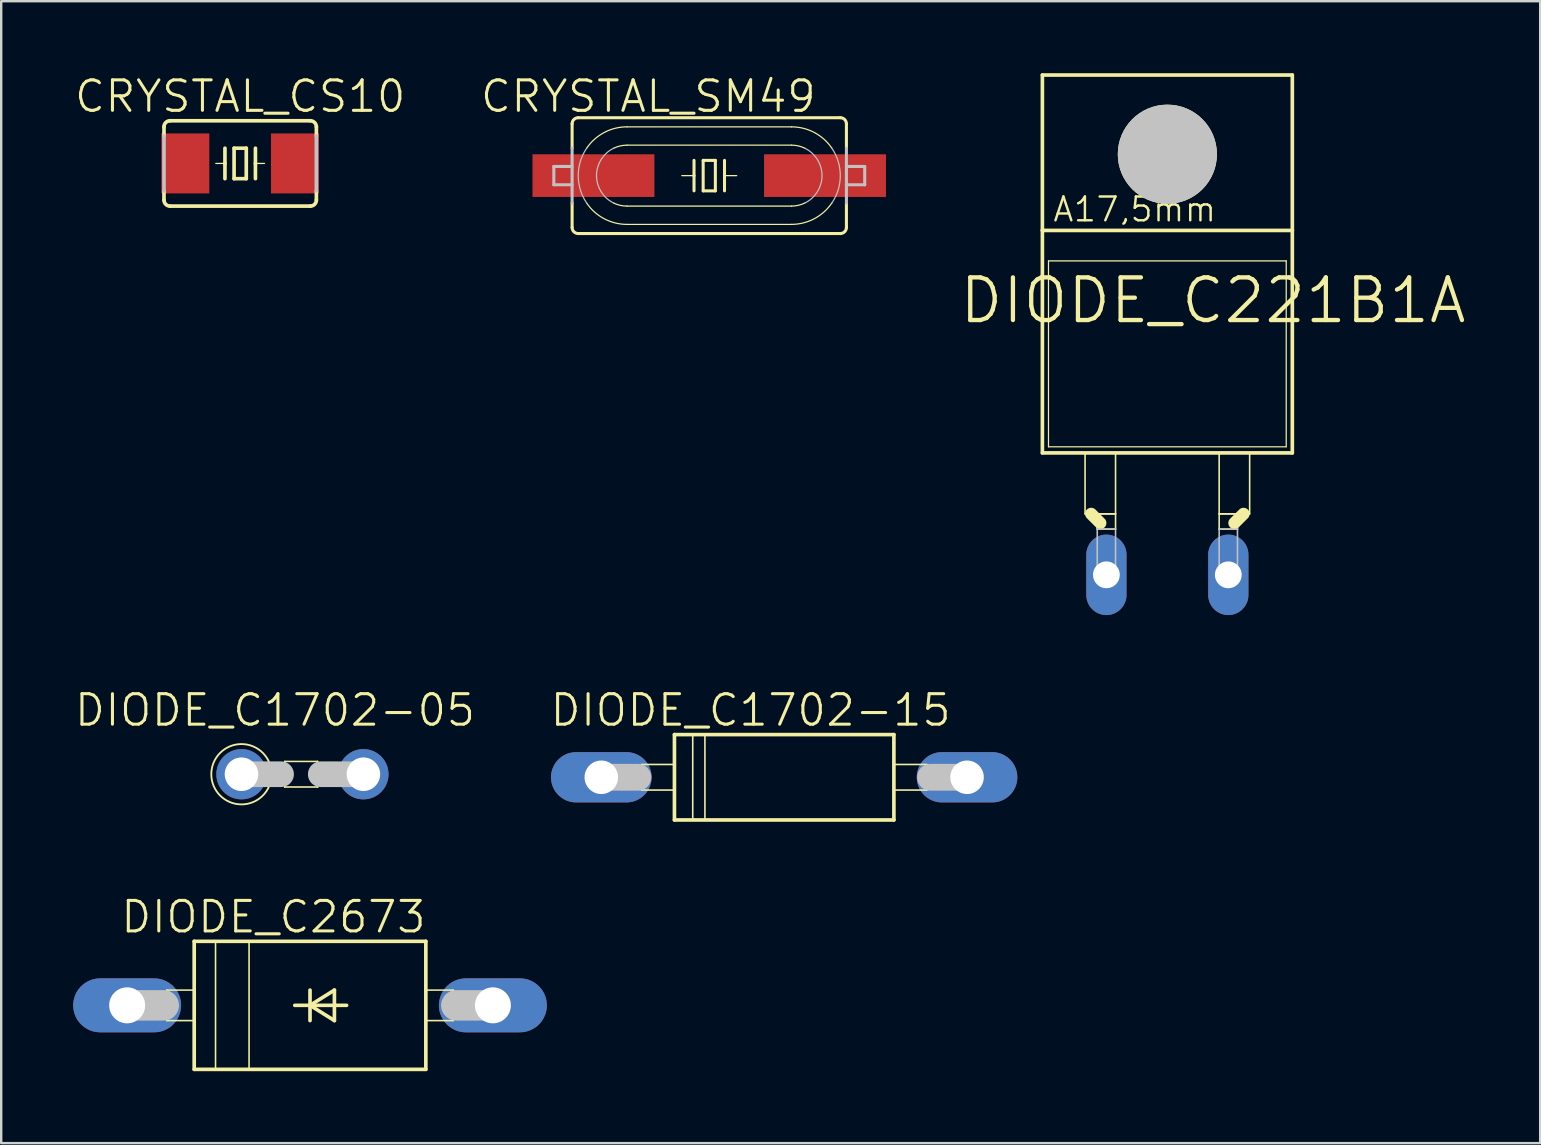
<source format=kicad_pcb>
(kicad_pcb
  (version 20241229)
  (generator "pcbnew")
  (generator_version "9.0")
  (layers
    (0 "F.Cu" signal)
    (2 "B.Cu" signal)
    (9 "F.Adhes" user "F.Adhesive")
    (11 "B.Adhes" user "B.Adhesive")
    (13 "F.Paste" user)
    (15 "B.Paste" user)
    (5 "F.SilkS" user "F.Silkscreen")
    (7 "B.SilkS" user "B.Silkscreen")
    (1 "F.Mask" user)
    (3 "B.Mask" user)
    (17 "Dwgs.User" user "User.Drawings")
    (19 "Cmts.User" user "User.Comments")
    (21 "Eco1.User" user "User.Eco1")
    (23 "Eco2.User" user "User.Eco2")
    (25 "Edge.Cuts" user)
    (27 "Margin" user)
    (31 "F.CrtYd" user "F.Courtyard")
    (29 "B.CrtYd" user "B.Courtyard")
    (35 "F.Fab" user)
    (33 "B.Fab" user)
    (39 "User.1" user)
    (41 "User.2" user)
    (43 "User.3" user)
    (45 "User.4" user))
  (footprint "DIODE_C2673"
    (layer "F.Cu")
    (at 9.868 38.841)
    (property "Reference" "DIODE_C2673" (at -1.524 -3.683 0) (layer "F.SilkS") (effects (font (size 1.27 1.27) (thickness 0.127))))
    (attr exclude_from_pos_files exclude_from_bom)
    (fp_line (start -5.969 -0.635) (end -4.826 -0.635) (stroke (width 0.066) (type solid)) (layer "F.SilkS"))
    (fp_line (start -5.969 0.635) (end -5.969 -0.635) (stroke (width 0.066) (type solid)) (layer "F.SilkS"))
    (fp_line (start -5.969 0.635) (end -4.826 0.635) (stroke (width 0.066) (type solid)) (layer "F.SilkS"))
    (fp_line (start -4.826 -2.667) (end -4.826 2.667) (stroke (width 0.152) (type solid)) (layer "F.SilkS"))
    (fp_line (start -4.826 -2.667) (end 4.826 -2.667) (stroke (width 0.152) (type solid)) (layer "F.SilkS"))
    (fp_line (start -4.826 0.635) (end -4.826 -0.635) (stroke (width 0.066) (type solid)) (layer "F.SilkS"))
    (fp_line (start -3.937 -2.667) (end -2.54 -2.667) (stroke (width 0.066) (type solid)) (layer "F.SilkS"))
    (fp_line (start -3.937 2.667) (end -3.937 -2.667) (stroke (width 0.066) (type solid)) (layer "F.SilkS"))
    (fp_line (start -3.937 2.667) (end -2.54 2.667) (stroke (width 0.066) (type solid)) (layer "F.SilkS"))
    (fp_line (start -2.54 2.667) (end -2.54 -2.667) (stroke (width 0.066) (type solid)) (layer "F.SilkS"))
    (fp_line (start -0.635 0) (end 0 0) (stroke (width 0.152) (type solid)) (layer "F.SilkS"))
    (fp_line (start 0 -0.635) (end 0 0) (stroke (width 0.152) (type solid)) (layer "F.SilkS"))
    (fp_line (start 0 0) (end 0 0.635) (stroke (width 0.152) (type solid)) (layer "F.SilkS"))
    (fp_line (start 0 0) (end 1.016 -0.635) (stroke (width 0.152) (type solid)) (layer "F.SilkS"))
    (fp_line (start 0 0) (end 1.524 0) (stroke (width 0.152) (type solid)) (layer "F.SilkS"))
    (fp_line (start 1.016 -0.635) (end 1.016 0.635) (stroke (width 0.152) (type solid)) (layer "F.SilkS"))
    (fp_line (start 1.016 0.635) (end 0 0) (stroke (width 0.152) (type solid)) (layer "F.SilkS"))
    (fp_line (start 4.826 -0.635) (end 5.969 -0.635) (stroke (width 0.066) (type solid)) (layer "F.SilkS"))
    (fp_line (start 4.826 0.635) (end 4.826 -0.635) (stroke (width 0.066) (type solid)) (layer "F.SilkS"))
    (fp_line (start 4.826 0.635) (end 5.969 0.635) (stroke (width 0.066) (type solid)) (layer "F.SilkS"))
    (fp_line (start 4.826 2.667) (end -4.826 2.667) (stroke (width 0.152) (type solid)) (layer "F.SilkS"))
    (fp_line (start 4.826 2.667) (end 4.826 -2.667) (stroke (width 0.152) (type solid)) (layer "F.SilkS"))
    (fp_line (start 5.969 0.635) (end 5.969 -0.635) (stroke (width 0.066) (type solid)) (layer "F.SilkS"))
    (fp_line (start -7.62 0) (end -6.096 0) (stroke (width 1.27) (type solid)) (layer "Dwgs.User"))
    (fp_line (start 7.62 0) (end 6.096 0) (stroke (width 1.27) (type solid)) (layer "Dwgs.User"))
    (pad "A" thru_hole oval (at 7.62 0 90) (size 2.248 4.496) (drill 1.499) (layers "*.Cu" "*.Paste" "*.Mask"))
    (pad "C" thru_hole oval (at -7.62 0 90) (size 2.248 4.496) (drill 1.499) (layers "*.Cu" "*.Paste" "*.Mask")))
  (footprint "DIODE_C1702-15"
    (layer "F.Cu")
    (at 29.625 29.338)
    (property "Reference" "DIODE_C1702-15" (at -1.397 -2.794 0) (layer "F.SilkS") (effects (font (size 1.27 1.27) (thickness 0.127))))
    (attr exclude_from_pos_files exclude_from_bom)
    (fp_line (start -5.944 -0.533) (end -4.572 -0.533) (stroke (width 0.066) (type solid)) (layer "F.SilkS"))
    (fp_line (start -5.944 0.533) (end -5.944 -0.533) (stroke (width 0.066) (type solid)) (layer "F.SilkS"))
    (fp_line (start -5.944 0.533) (end -4.572 0.533) (stroke (width 0.066) (type solid)) (layer "F.SilkS"))
    (fp_line (start -4.572 0.533) (end -4.572 -0.533) (stroke (width 0.066) (type solid)) (layer "F.SilkS"))
    (fp_line (start -4.572 1.778) (end -4.572 -1.778) (stroke (width 0.152) (type solid)) (layer "F.SilkS"))
    (fp_line (start -4.572 1.778) (end 4.572 1.778) (stroke (width 0.152) (type solid)) (layer "F.SilkS"))
    (fp_line (start -3.81 -1.778) (end -3.302 -1.778) (stroke (width 0.066) (type solid)) (layer "F.SilkS"))
    (fp_line (start -3.81 1.778) (end -3.81 -1.778) (stroke (width 0.066) (type solid)) (layer "F.SilkS"))
    (fp_line (start -3.81 1.778) (end -3.302 1.778) (stroke (width 0.066) (type solid)) (layer "F.SilkS"))
    (fp_line (start -3.302 1.778) (end -3.302 -1.778) (stroke (width 0.066) (type solid)) (layer "F.SilkS"))
    (fp_line (start 4.572 -1.778) (end -4.572 -1.778) (stroke (width 0.152) (type solid)) (layer "F.SilkS"))
    (fp_line (start 4.572 -1.778) (end 4.572 1.778) (stroke (width 0.152) (type solid)) (layer "F.SilkS"))
    (fp_line (start 4.572 -0.533) (end 5.944 -0.533) (stroke (width 0.066) (type solid)) (layer "F.SilkS"))
    (fp_line (start 4.572 0.533) (end 4.572 -0.533) (stroke (width 0.066) (type solid)) (layer "F.SilkS"))
    (fp_line (start 4.572 0.533) (end 5.944 0.533) (stroke (width 0.066) (type solid)) (layer "F.SilkS"))
    (fp_line (start 5.944 0.533) (end 5.944 -0.533) (stroke (width 0.066) (type solid)) (layer "F.SilkS"))
    (fp_line (start -7.62 0) (end -6.096 0) (stroke (width 1.118) (type solid)) (layer "Dwgs.User"))
    (fp_line (start 7.62 0) (end 6.096 0) (stroke (width 1.118) (type solid)) (layer "Dwgs.User"))
    (pad "A" thru_hole oval (at 7.62 0 90) (size 2.095 4.191) (drill 1.397) (layers "*.Cu" "*.Paste" "*.Mask"))
    (pad "C" thru_hole oval (at -7.62 0 90) (size 2.095 4.191) (drill 1.397) (layers "*.Cu" "*.Paste" "*.Mask")))
  (footprint "DIODE_C221B1A"
    (layer "F.Cu")
    (at 45.592 14.552)
    (property "Reference" "DIODE_C221B1A" (at 1.905 -5.08 0) (layer "F.SilkS") (effects (font (size 1.778 1.778) (thickness 0.178))))
    (attr exclude_from_pos_files exclude_from_bom)
    (fp_line (start -5.207 -8.001) (end -5.207 -14.475) (stroke (width 0.152) (type solid)) (layer "F.SilkS"))
    (fp_line (start -5.207 1.27) (end -5.207 -8.001) (stroke (width 0.152) (type solid)) (layer "F.SilkS"))
    (fp_line (start -5.207 1.27) (end 5.207 1.27) (stroke (width 0.152) (type solid)) (layer "F.SilkS"))
    (fp_line (start -4.953 -6.731) (end -4.953 1.016) (stroke (width 0.051) (type solid)) (layer "F.SilkS"))
    (fp_line (start -3.429 1.27) (end -2.159 1.27) (stroke (width 0.066) (type solid)) (layer "F.SilkS"))
    (fp_line (start -3.429 3.81) (end -3.429 1.27) (stroke (width 0.066) (type solid)) (layer "F.SilkS"))
    (fp_line (start -3.429 3.81) (end -2.159 3.81) (stroke (width 0.066) (type solid)) (layer "F.SilkS"))
    (fp_line (start -2.921 3.81) (end -2.159 3.81) (stroke (width 0.066) (type solid)) (layer "F.SilkS"))
    (fp_line (start -2.921 4.445) (end -2.921 3.81) (stroke (width 0.066) (type solid)) (layer "F.SilkS"))
    (fp_line (start -2.921 4.445) (end -2.159 4.445) (stroke (width 0.066) (type solid)) (layer "F.SilkS"))
    (fp_line (start -2.794 4.191) (end -3.175 3.81) (stroke (width 0.508) (type solid)) (layer "F.SilkS"))
    (fp_line (start -2.159 3.81) (end -2.159 1.27) (stroke (width 0.066) (type solid)) (layer "F.SilkS"))
    (fp_line (start -2.159 4.445) (end -2.159 3.81) (stroke (width 0.066) (type solid)) (layer "F.SilkS"))
    (fp_line (start -1.651 -11.176) (end 1.651 -11.176) (stroke (width 0.127) (type solid)) (layer "F.SilkS"))
    (fp_line (start 0 -9.525) (end 0 -12.827) (stroke (width 0.127) (type solid)) (layer "F.SilkS"))
    (fp_line (start 2.159 1.27) (end 3.429 1.27) (stroke (width 0.066) (type solid)) (layer "F.SilkS"))
    (fp_line (start 2.159 3.81) (end 2.159 1.27) (stroke (width 0.066) (type solid)) (layer "F.SilkS"))
    (fp_line (start 2.159 3.81) (end 2.921 3.81) (stroke (width 0.066) (type solid)) (layer "F.SilkS"))
    (fp_line (start 2.159 3.81) (end 3.429 3.81) (stroke (width 0.066) (type solid)) (layer "F.SilkS"))
    (fp_line (start 2.159 4.445) (end 2.159 3.81) (stroke (width 0.066) (type solid)) (layer "F.SilkS"))
    (fp_line (start 2.159 4.445) (end 2.921 4.445) (stroke (width 0.066) (type solid)) (layer "F.SilkS"))
    (fp_line (start 2.921 4.445) (end 2.921 3.81) (stroke (width 0.066) (type solid)) (layer "F.SilkS"))
    (fp_line (start 3.175 3.81) (end 2.794 4.191) (stroke (width 0.508) (type solid)) (layer "F.SilkS"))
    (fp_line (start 3.429 3.81) (end 3.429 1.27) (stroke (width 0.066) (type solid)) (layer "F.SilkS"))
    (fp_line (start 4.953 -6.731) (end -4.953 -6.731) (stroke (width 0.051) (type solid)) (layer "F.SilkS"))
    (fp_line (start 4.953 -6.731) (end 4.953 1.016) (stroke (width 0.051) (type solid)) (layer "F.SilkS"))
    (fp_line (start 4.953 1.016) (end -4.953 1.016) (stroke (width 0.051) (type solid)) (layer "F.SilkS"))
    (fp_line (start 5.207 -14.475) (end -5.207 -14.475) (stroke (width 0.152) (type solid)) (layer "F.SilkS"))
    (fp_line (start 5.207 -8.001) (end -5.207 -8.001) (stroke (width 0.152) (type solid)) (layer "F.SilkS"))
    (fp_line (start 5.207 -8.001) (end 5.207 -14.475) (stroke (width 0.152) (type solid)) (layer "F.SilkS"))
    (fp_line (start 5.207 1.27) (end 5.207 -8.001) (stroke (width 0.152) (type solid)) (layer "F.SilkS"))
    (fp_circle (center 0 -11.176) (end -1.46 -12.636) (stroke (width 0) (type solid)) (fill yes) (layer "F.SilkS"))
    (fp_circle (center 0 -11.176) (end -0.899 -12.075) (stroke (width 0.076) (type solid)) (fill no) (layer "F.SilkS"))
    (fp_circle (center 0 -11.176) (end -0.826 -12.002) (stroke (width 0.127) (type solid)) (fill no) (layer "F.SilkS"))
    (fp_line (start -2.921 4.445) (end -2.159 4.445) (stroke (width 0.066) (type solid)) (layer "Dwgs.User"))
    (fp_line (start -2.921 6.35) (end -2.921 4.445) (stroke (width 0.066) (type solid)) (layer "Dwgs.User"))
    (fp_line (start -2.921 6.35) (end -2.159 6.35) (stroke (width 0.066) (type solid)) (layer "Dwgs.User"))
    (fp_line (start -2.159 6.35) (end -2.159 4.445) (stroke (width 0.066) (type solid)) (layer "Dwgs.User"))
    (fp_line (start 2.159 4.445) (end 2.921 4.445) (stroke (width 0.066) (type solid)) (layer "Dwgs.User"))
    (fp_line (start 2.159 6.35) (end 2.159 4.445) (stroke (width 0.066) (type solid)) (layer "Dwgs.User"))
    (fp_line (start 2.159 6.35) (end 2.921 6.35) (stroke (width 0.066) (type solid)) (layer "Dwgs.User"))
    (fp_line (start 2.921 6.35) (end 2.921 4.445) (stroke (width 0.066) (type solid)) (layer "Dwgs.User"))
    (fp_circle (center 0 -11.176) (end -1.46 -12.636) (stroke (width 0) (type solid)) (fill yes) (layer "Dwgs.User"))
    (fp_text user "A17,5mm" (at -1.359 -8.877 0) (layer "F.SilkS") (effects (font (size 0.991 0.991) (thickness 0.102))))
    (pad "A" thru_hole oval (at 2.54 6.35 180) (size 1.676 3.353) (drill 1.118) (layers "*.Cu" "*.Paste" "*.Mask"))
    (pad "C" thru_hole oval (at -2.54 6.35 180) (size 1.676 3.353) (drill 1.118) (layers "*.Cu" "*.Paste" "*.Mask")))
  (footprint "CRYSTAL_SM49"
    (layer "F.Cu")
    (at 26.504 4.268)
    (property "Reference" "CRYSTAL_SM49" (at -2.54 -3.302 0) (layer "F.SilkS") (effects (font (size 1.27 1.27) (thickness 0.127))))
    (attr smd)
    (fp_line (start -5.715 -2.159) (end -5.715 -1.143) (stroke (width 0.127) (type solid)) (layer "F.SilkS"))
    (fp_line (start -5.715 1.143) (end -5.715 2.159) (stroke (width 0.127) (type solid)) (layer "F.SilkS"))
    (fp_line (start -5.461 -2.413) (end 5.461 -2.413) (stroke (width 0.127) (type solid)) (layer "F.SilkS"))
    (fp_line (start -5.461 2.413) (end 5.461 2.413) (stroke (width 0.127) (type solid)) (layer "F.SilkS"))
    (fp_line (start -3.429 -2.032) (end 3.429 -2.032) (stroke (width 0.051) (type solid)) (layer "F.SilkS"))
    (fp_line (start -3.429 -1.27) (end 3.429 -1.27) (stroke (width 0.051) (type solid)) (layer "F.SilkS"))
    (fp_line (start -0.635 -0.635) (end -0.635 0) (stroke (width 0.127) (type solid)) (layer "F.SilkS"))
    (fp_line (start -0.635 0) (end -1.143 0) (stroke (width 0.051) (type solid)) (layer "F.SilkS"))
    (fp_line (start -0.635 0) (end -0.635 0.635) (stroke (width 0.127) (type solid)) (layer "F.SilkS"))
    (fp_line (start -0.254 -0.635) (end -0.254 0.635) (stroke (width 0.127) (type solid)) (layer "F.SilkS"))
    (fp_line (start -0.254 0.635) (end 0.254 0.635) (stroke (width 0.127) (type solid)) (layer "F.SilkS"))
    (fp_line (start 0.254 -0.635) (end -0.254 -0.635) (stroke (width 0.127) (type solid)) (layer "F.SilkS"))
    (fp_line (start 0.254 0.635) (end 0.254 -0.635) (stroke (width 0.127) (type solid)) (layer "F.SilkS"))
    (fp_line (start 0.635 -0.635) (end 0.635 0) (stroke (width 0.127) (type solid)) (layer "F.SilkS"))
    (fp_line (start 0.635 0) (end 0.635 0.635) (stroke (width 0.127) (type solid)) (layer "F.SilkS"))
    (fp_line (start 0.635 0) (end 1.143 0) (stroke (width 0.051) (type solid)) (layer "F.SilkS"))
    (fp_line (start 3.429 1.27) (end -3.429 1.27) (stroke (width 0.051) (type solid)) (layer "F.SilkS"))
    (fp_line (start 3.429 2.032) (end -3.429 2.032) (stroke (width 0.051) (type solid)) (layer "F.SilkS"))
    (fp_line (start 5.715 -2.159) (end 5.715 -1.143) (stroke (width 0.127) (type solid)) (layer "F.SilkS"))
    (fp_line (start 5.715 1.143) (end 5.715 2.159) (stroke (width 0.127) (type solid)) (layer "F.SilkS"))
    (fp_arc (start -5.715 -2.159) (mid -5.640605 -2.338605) (end -5.461 -2.413) (stroke (width 0.127) (type solid)) (layer "F.SilkS"))
    (fp_arc (start -5.461 2.413) (mid -5.640605 2.338605) (end -5.715 2.159) (stroke (width 0.127) (type solid)) (layer "F.SilkS"))
    (fp_arc (start -5.10794 -1.143) (mid -4.379218 -1.796128) (end -3.429787 -2.033178) (stroke (width 0.0508) (type solid)) (layer "F.SilkS"))
    (fp_arc (start -3.98018 -1.143) (mid -3.711094 -1.237203) (end -3.427769 -1.268955) (stroke (width 0.0508) (type solid)) (layer "F.SilkS"))
    (fp_arc (start -3.429 1.27) (mid -3.712527 1.237947) (end -3.981743 1.143405) (stroke (width 0.0508) (type solid)) (layer "F.SilkS"))
    (fp_arc (start -3.429 2.032) (mid -4.378266 1.796641) (end -5.107632 1.145085) (stroke (width 0.0508) (type solid)) (layer "F.SilkS"))
    (fp_arc (start 3.429 -2.032) (mid 4.378266 -1.796641) (end 5.107632 -1.145085) (stroke (width 0.0508) (type solid)) (layer "F.SilkS"))
    (fp_arc (start 3.429 -1.27) (mid 3.712527 -1.237947) (end 3.981743 -1.143405) (stroke (width 0.0508) (type solid)) (layer "F.SilkS"))
    (fp_arc (start 3.98018 1.143) (mid 3.711094 1.237203) (end 3.427769 1.268955) (stroke (width 0.0508) (type solid)) (layer "F.SilkS"))
    (fp_arc (start 5.10794 1.14046) (mid 4.380405 1.793882) (end 3.431886 2.031747) (stroke (width 0.0508) (type solid)) (layer "F.SilkS"))
    (fp_arc (start 5.461 -2.413) (mid 5.640605 -2.338605) (end 5.715 -2.159) (stroke (width 0.127) (type solid)) (layer "F.SilkS"))
    (fp_arc (start 5.715 2.159) (mid 5.640605 2.338605) (end 5.461 2.413) (stroke (width 0.127) (type solid)) (layer "F.SilkS"))
    (fp_line (start -6.477 -0.381) (end -6.477 0.381) (stroke (width 0.127) (type solid)) (layer "Dwgs.User"))
    (fp_line (start -5.715 -1.143) (end -5.715 1.143) (stroke (width 0.127) (type solid)) (layer "Dwgs.User"))
    (fp_line (start -5.715 -0.381) (end -6.477 -0.381) (stroke (width 0.127) (type solid)) (layer "Dwgs.User"))
    (fp_line (start -5.715 0.381) (end -6.477 0.381) (stroke (width 0.127) (type solid)) (layer "Dwgs.User"))
    (fp_line (start 5.715 -1.143) (end 5.715 -0.381) (stroke (width 0.127) (type solid)) (layer "Dwgs.User"))
    (fp_line (start 5.715 -0.381) (end 5.715 0.381) (stroke (width 0.127) (type solid)) (layer "Dwgs.User"))
    (fp_line (start 5.715 -0.381) (end 6.477 -0.381) (stroke (width 0.127) (type solid)) (layer "Dwgs.User"))
    (fp_line (start 5.715 0.381) (end 5.715 1.143) (stroke (width 0.127) (type solid)) (layer "Dwgs.User"))
    (fp_line (start 5.715 0.381) (end 6.477 0.381) (stroke (width 0.127) (type solid)) (layer "Dwgs.User"))
    (fp_line (start 6.477 -0.381) (end 6.477 0.381) (stroke (width 0.127) (type solid)) (layer "Dwgs.User"))
    (fp_arc (start -5.10794 1.143) (mid -5.46008 0.001649) (end -5.109794 -1.140273) (stroke (width 0.0508) (type solid)) (layer "Dwgs.User"))
    (fp_arc (start -3.98018 1.143) (mid -4.697953 0.002339) (end -3.98439 -1.14096) (stroke (width 0.0508) (type solid)) (layer "Dwgs.User"))
    (fp_arc (start 3.98018 -1.143) (mid 4.697953 -0.002339) (end 3.98439 1.14096) (stroke (width 0.0508) (type solid)) (layer "Dwgs.User"))
    (fp_arc (start 5.10794 -1.143) (mid 5.46008 -0.001649) (end 5.109794 1.140273) (stroke (width 0.0508) (type solid)) (layer "Dwgs.User"))
    (pad "1" smd rect (at -4.826 0) (size 5.08 1.778) (layers "F.Cu" "F.Mask" "F.Paste"))
    (pad "2" smd rect (at 4.823 0) (size 5.08 1.778) (layers "F.Cu" "F.Mask" "F.Paste")))
  (footprint "DIODE_C1702-05"
    (layer "F.Cu")
    (at 9.552 29.211)
    (property "Reference" "DIODE_C1702-05" (at -1.143 -2.667 0) (layer "F.SilkS") (effects (font (size 1.27 1.27) (thickness 0.127))))
    (attr exclude_from_pos_files exclude_from_bom)
    (fp_line (start -0.737 -0.533) (end 0.635 -0.533) (stroke (width 0.066) (type solid)) (layer "F.SilkS"))
    (fp_line (start -0.737 0.533) (end -0.737 -0.533) (stroke (width 0.066) (type solid)) (layer "F.SilkS"))
    (fp_line (start -0.737 0.533) (end 0.635 0.533) (stroke (width 0.066) (type solid)) (layer "F.SilkS"))
    (fp_line (start 0.635 0.533) (end 0.635 -0.533) (stroke (width 0.066) (type solid)) (layer "F.SilkS"))
    (fp_circle (center -2.54 0) (end -3.429 0.889) (stroke (width 0.076) (type solid)) (fill no) (layer "F.SilkS"))
    (fp_line (start -2.54 0) (end -0.889 0) (stroke (width 1.067) (type solid)) (layer "Dwgs.User"))
    (fp_line (start 2.54 0) (end 0.762 0) (stroke (width 1.067) (type solid)) (layer "Dwgs.User"))
    (pad "A" thru_hole circle (at 2.54 0) (size 2.095 2.095) (drill 1.397) (layers "*.Cu" "*.Paste" "*.Mask"))
    (pad "C" thru_hole circle (at -2.54 0) (size 2.095 2.095) (drill 1.397) (layers "*.Cu" "*.Paste" "*.Mask")))
  (footprint "CRYSTAL_CS10"
    (layer "F.Cu")
    (at 6.958 3.76)
    (property "Reference" "CRYSTAL_CS10" (at 0 -2.794 0) (layer "F.SilkS") (effects (font (size 1.27 1.27) (thickness 0.127))))
    (attr smd)
    (fp_line (start -3.175 -1.143) (end -3.175 -1.524) (stroke (width 0.152) (type solid)) (layer "F.SilkS"))
    (fp_line (start -3.175 1.524) (end -3.175 1.143) (stroke (width 0.152) (type solid)) (layer "F.SilkS"))
    (fp_line (start -0.635 -0.635) (end -0.635 0) (stroke (width 0.152) (type solid)) (layer "F.SilkS"))
    (fp_line (start -0.635 0) (end -1.016 0) (stroke (width 0.051) (type solid)) (layer "F.SilkS"))
    (fp_line (start -0.635 0) (end -0.635 0.635) (stroke (width 0.152) (type solid)) (layer "F.SilkS"))
    (fp_line (start -0.254 -0.635) (end -0.254 0.635) (stroke (width 0.152) (type solid)) (layer "F.SilkS"))
    (fp_line (start -0.254 0.635) (end 0.254 0.635) (stroke (width 0.152) (type solid)) (layer "F.SilkS"))
    (fp_line (start 0.254 -0.635) (end -0.254 -0.635) (stroke (width 0.152) (type solid)) (layer "F.SilkS"))
    (fp_line (start 0.254 0.635) (end 0.254 -0.635) (stroke (width 0.152) (type solid)) (layer "F.SilkS"))
    (fp_line (start 0.635 -0.635) (end 0.635 0) (stroke (width 0.152) (type solid)) (layer "F.SilkS"))
    (fp_line (start 0.635 0) (end 0.635 0.635) (stroke (width 0.152) (type solid)) (layer "F.SilkS"))
    (fp_line (start 0.635 0) (end 1.016 0) (stroke (width 0.051) (type solid)) (layer "F.SilkS"))
    (fp_line (start 2.921 -1.778) (end -2.921 -1.778) (stroke (width 0.152) (type solid)) (layer "F.SilkS"))
    (fp_line (start 2.921 1.778) (end -2.921 1.778) (stroke (width 0.152) (type solid)) (layer "F.SilkS"))
    (fp_line (start 3.175 -1.143) (end 3.175 -1.524) (stroke (width 0.152) (type solid)) (layer "F.SilkS"))
    (fp_line (start 3.175 1.524) (end 3.175 1.143) (stroke (width 0.152) (type solid)) (layer "F.SilkS"))
    (fp_arc (start -3.175 -1.524) (mid -3.100605 -1.703605) (end -2.921 -1.778) (stroke (width 0.1524) (type solid)) (layer "F.SilkS"))
    (fp_arc (start -2.921 1.778) (mid -3.100605 1.703605) (end -3.175 1.524) (stroke (width 0.1524) (type solid)) (layer "F.SilkS"))
    (fp_arc (start 2.921 -1.778) (mid 3.100605 -1.703605) (end 3.175 -1.524) (stroke (width 0.1524) (type solid)) (layer "F.SilkS"))
    (fp_arc (start 3.175 1.524) (mid 3.100605 1.703605) (end 2.921 1.778) (stroke (width 0.1524) (type solid)) (layer "F.SilkS"))
    (fp_line (start -3.175 1.143) (end -3.175 -1.143) (stroke (width 0.152) (type solid)) (layer "Dwgs.User"))
    (fp_line (start 3.175 1.143) (end 3.175 -1.143) (stroke (width 0.152) (type solid)) (layer "Dwgs.User"))
    (pad "1" smd rect (at -2.286 0) (size 1.999 2.499) (layers "F.Cu" "F.Mask" "F.Paste"))
    (pad "2" smd rect (at 2.283 0) (size 1.999 2.499) (layers "F.Cu" "F.Mask" "F.Paste")))
  (gr_rect
    (start -3 -3)
    (end 61.127 44.584)
    (stroke (width 0.1) (type default))
    (fill no)
    (layer "Edge.Cuts")))
</source>
